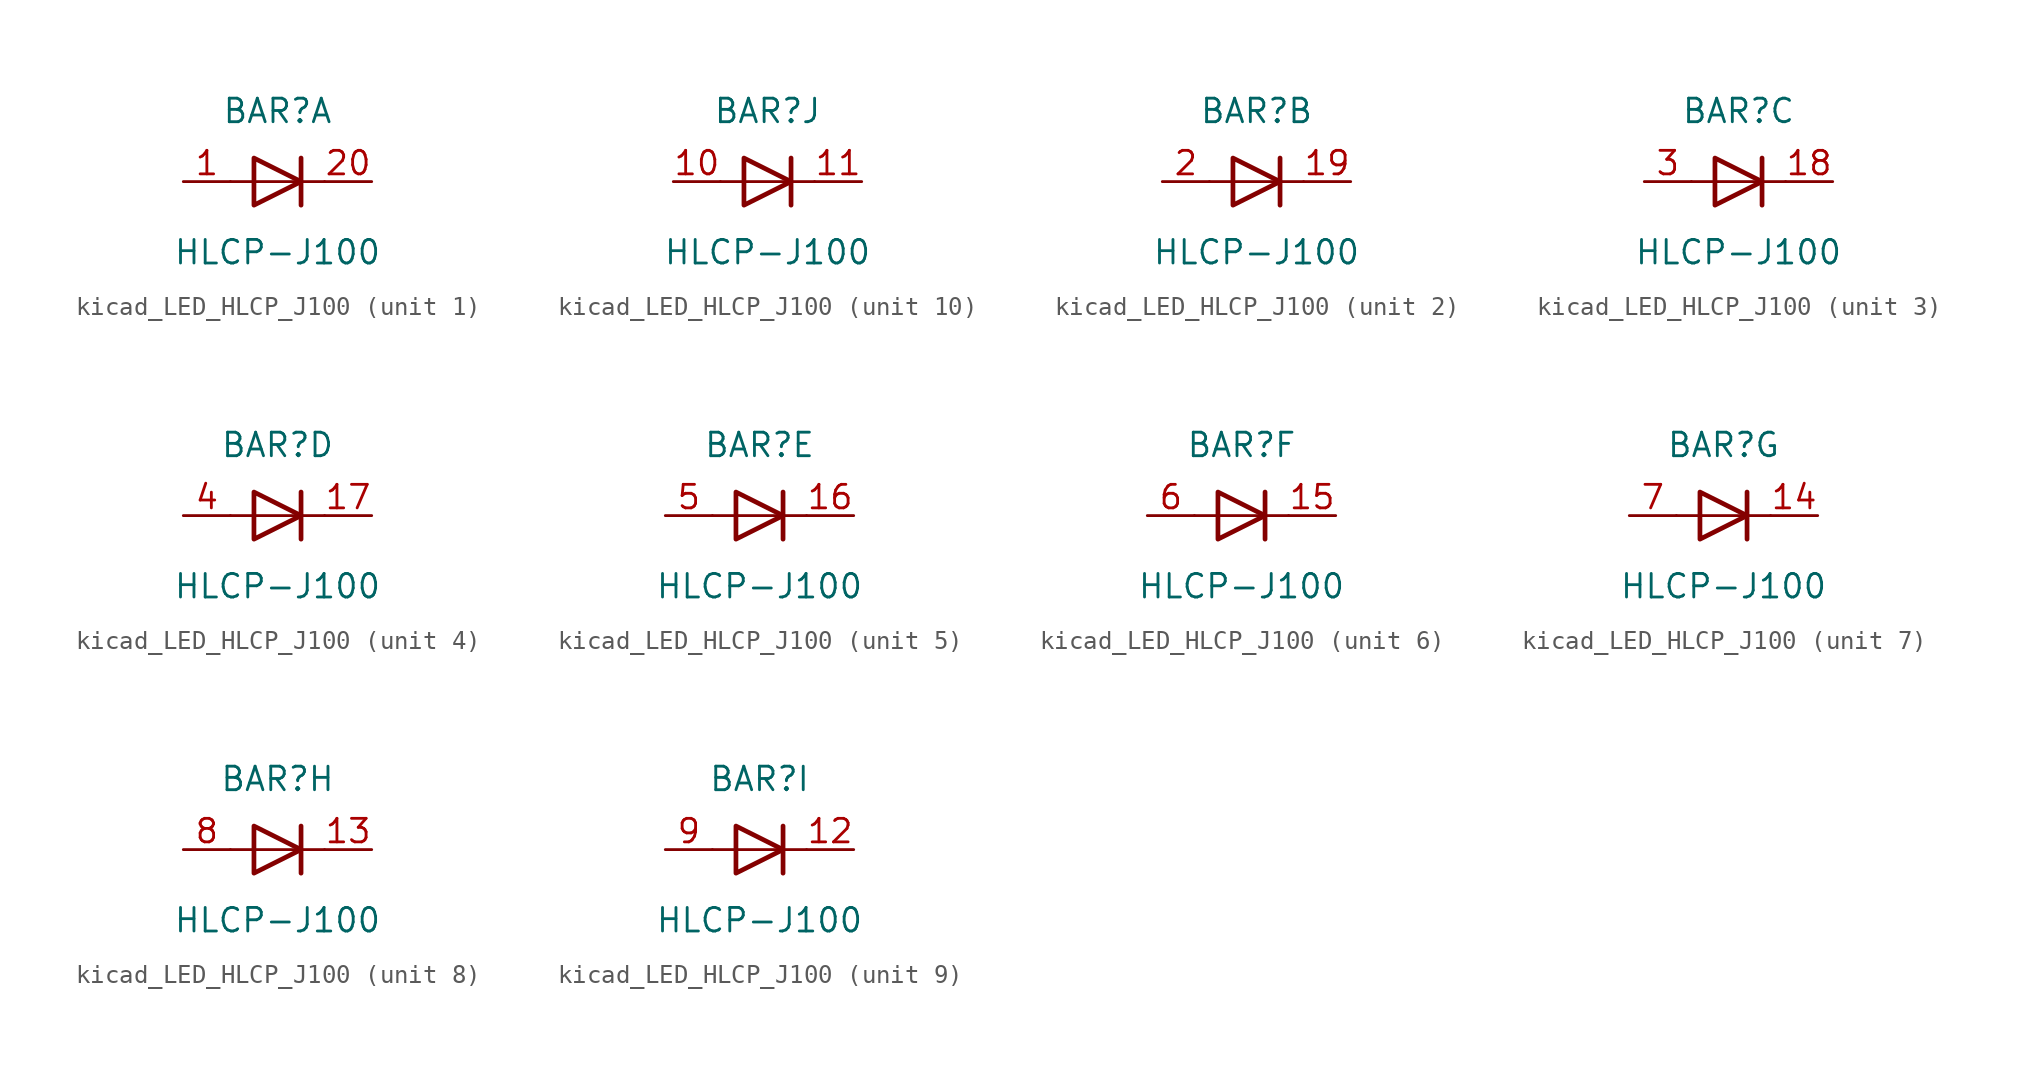
<source format=kicad_sym>
(kicad_symbol_lib
  (version 20220914)
  (generator kicad_symbol_editor)
  (symbol "kicad_LED_HLCP_J100"
    (pin_names
      (offset 1.016) hide)
    (property "Reference" "BAR"
      (at 0 3.81 0)
      (effects (font (size 1.27 1.27))))
    (property "Value" "HLCP-J100"
      (at 0 -3.81 0)
      (effects (font (size 1.27 1.27))))
    (symbol "kicad_LED_HLCP_J100_0_1"
      (polyline (pts (xy -2.54 0) (xy 2.54 0)) (stroke (width 0) (type default)) (fill (type none)))
      (polyline (pts (xy 1.27 -1.27) (xy 1.27 1.27)) (stroke (width 0.254) (type default)) (fill (type none)))
      (polyline (pts (xy -1.27 1.27) (xy -1.27 -1.27) (xy 1.27 0) (xy -1.27 1.27)) (stroke (width 0.254) (type default)) (fill (type none))))
    (symbol "kicad_LED_HLCP_J100_1_1"
      (pin passive line (at -5.08 0 0) (length 2.54) (name "A" (effects (font (size 1.27 1.27)))) (number "1" (effects (font (size 1.27 1.27)))))
      (pin passive line (at 5.08 0 180) (length 2.54) (name "K" (effects (font (size 1.27 1.27)))) (number "20" (effects (font (size 1.27 1.27))))))
    (symbol "kicad_LED_HLCP_J100_2_1"
      (pin passive line (at 5.08 0 180) (length 2.54) (name "K" (effects (font (size 1.27 1.27)))) (number "19" (effects (font (size 1.27 1.27)))))
      (pin passive line (at -5.08 0 0) (length 2.54) (name "A" (effects (font (size 1.27 1.27)))) (number "2" (effects (font (size 1.27 1.27))))))
    (symbol "kicad_LED_HLCP_J100_3_1"
      (pin passive line (at 5.08 0 180) (length 2.54) (name "K" (effects (font (size 1.27 1.27)))) (number "18" (effects (font (size 1.27 1.27)))))
      (pin passive line (at -5.08 0 0) (length 2.54) (name "A" (effects (font (size 1.27 1.27)))) (number "3" (effects (font (size 1.27 1.27))))))
    (symbol "kicad_LED_HLCP_J100_4_1"
      (pin passive line (at 5.08 0 180) (length 2.54) (name "K" (effects (font (size 1.27 1.27)))) (number "17" (effects (font (size 1.27 1.27)))))
      (pin passive line (at -5.08 0 0) (length 2.54) (name "A" (effects (font (size 1.27 1.27)))) (number "4" (effects (font (size 1.27 1.27))))))
    (symbol "kicad_LED_HLCP_J100_5_1"
      (pin passive line (at 5.08 0 180) (length 2.54) (name "K" (effects (font (size 1.27 1.27)))) (number "16" (effects (font (size 1.27 1.27)))))
      (pin passive line (at -5.08 0 0) (length 2.54) (name "A" (effects (font (size 1.27 1.27)))) (number "5" (effects (font (size 1.27 1.27))))))
    (symbol "kicad_LED_HLCP_J100_6_1"
      (pin passive line (at 5.08 0 180) (length 2.54) (name "K" (effects (font (size 1.27 1.27)))) (number "15" (effects (font (size 1.27 1.27)))))
      (pin passive line (at -5.08 0 0) (length 2.54) (name "A" (effects (font (size 1.27 1.27)))) (number "6" (effects (font (size 1.27 1.27))))))
    (symbol "kicad_LED_HLCP_J100_7_1"
      (pin passive line (at 5.08 0 180) (length 2.54) (name "K" (effects (font (size 1.27 1.27)))) (number "14" (effects (font (size 1.27 1.27)))))
      (pin passive line (at -5.08 0 0) (length 2.54) (name "A" (effects (font (size 1.27 1.27)))) (number "7" (effects (font (size 1.27 1.27))))))
    (symbol "kicad_LED_HLCP_J100_8_1"
      (pin passive line (at 5.08 0 180) (length 2.54) (name "K" (effects (font (size 1.27 1.27)))) (number "13" (effects (font (size 1.27 1.27)))))
      (pin passive line (at -5.08 0 0) (length 2.54) (name "A" (effects (font (size 1.27 1.27)))) (number "8" (effects (font (size 1.27 1.27))))))
    (symbol "kicad_LED_HLCP_J100_9_1"
      (pin passive line (at 5.08 0 180) (length 2.54) (name "K" (effects (font (size 1.27 1.27)))) (number "12" (effects (font (size 1.27 1.27)))))
      (pin passive line (at -5.08 0 0) (length 2.54) (name "A" (effects (font (size 1.27 1.27)))) (number "9" (effects (font (size 1.27 1.27))))))
    (symbol "kicad_LED_HLCP_J100_10_1"
      (pin passive line (at -5.08 0 0) (length 2.54) (name "A" (effects (font (size 1.27 1.27)))) (number "10" (effects (font (size 1.27 1.27)))))
      (pin passive line (at 5.08 0 180) (length 2.54) (name "K" (effects (font (size 1.27 1.27)))) (number "11" (effects (font (size 1.27 1.27))))))))
</source>
